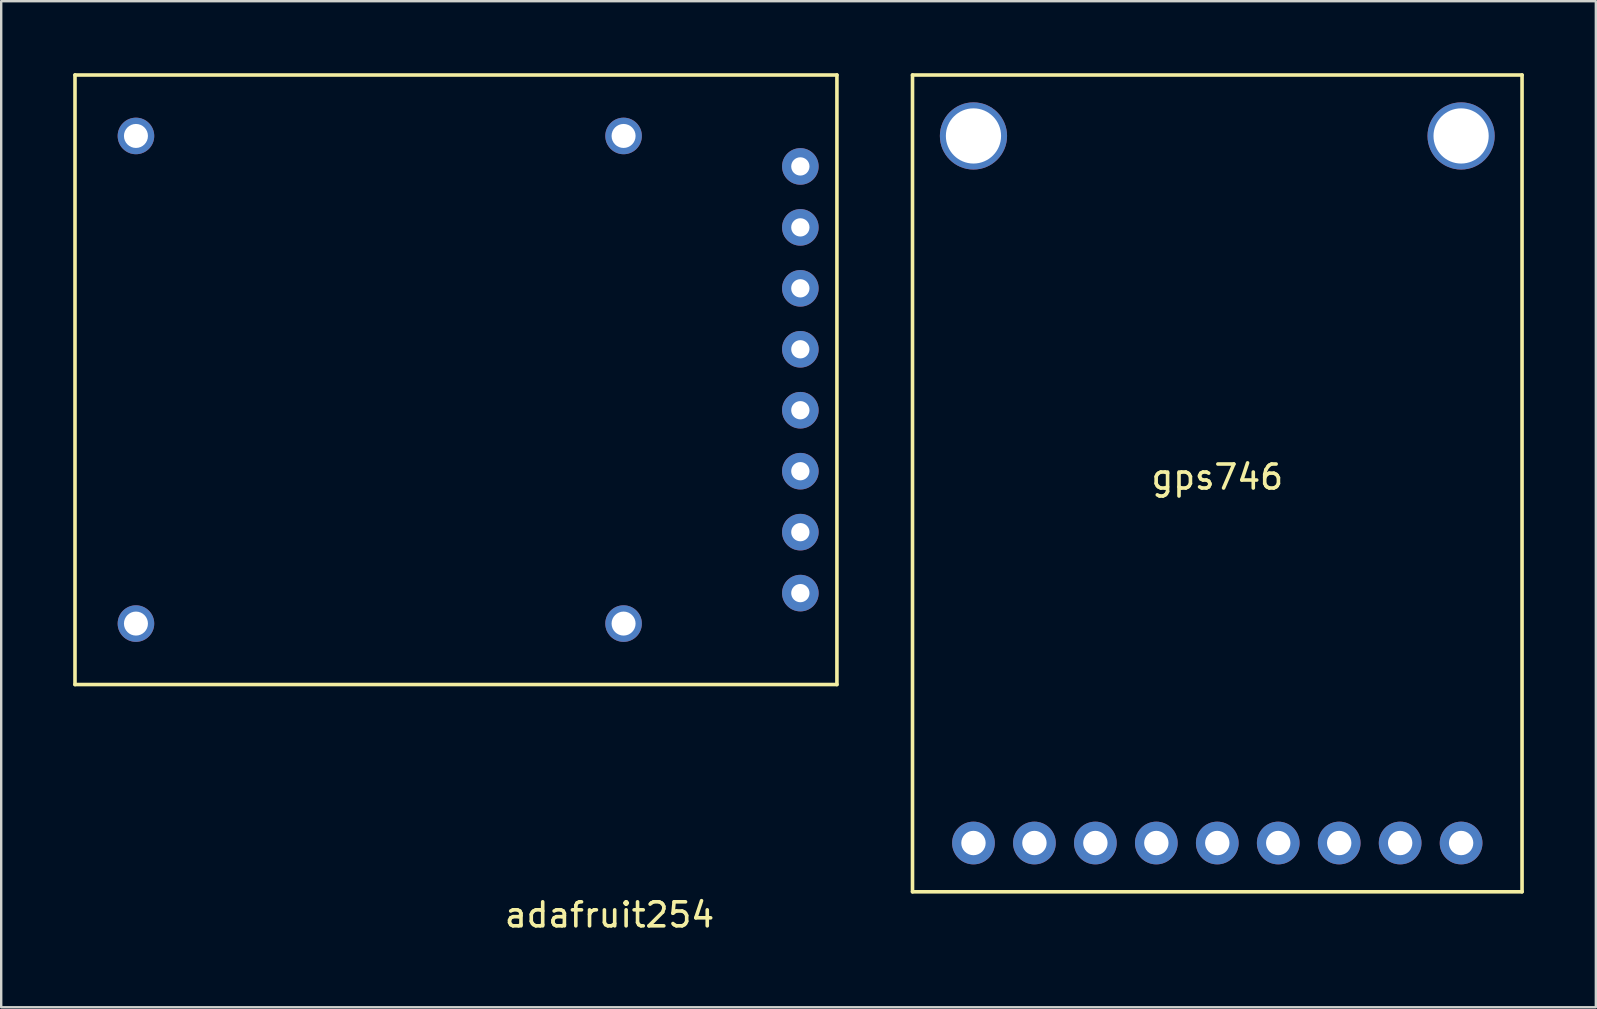
<source format=kicad_pcb>
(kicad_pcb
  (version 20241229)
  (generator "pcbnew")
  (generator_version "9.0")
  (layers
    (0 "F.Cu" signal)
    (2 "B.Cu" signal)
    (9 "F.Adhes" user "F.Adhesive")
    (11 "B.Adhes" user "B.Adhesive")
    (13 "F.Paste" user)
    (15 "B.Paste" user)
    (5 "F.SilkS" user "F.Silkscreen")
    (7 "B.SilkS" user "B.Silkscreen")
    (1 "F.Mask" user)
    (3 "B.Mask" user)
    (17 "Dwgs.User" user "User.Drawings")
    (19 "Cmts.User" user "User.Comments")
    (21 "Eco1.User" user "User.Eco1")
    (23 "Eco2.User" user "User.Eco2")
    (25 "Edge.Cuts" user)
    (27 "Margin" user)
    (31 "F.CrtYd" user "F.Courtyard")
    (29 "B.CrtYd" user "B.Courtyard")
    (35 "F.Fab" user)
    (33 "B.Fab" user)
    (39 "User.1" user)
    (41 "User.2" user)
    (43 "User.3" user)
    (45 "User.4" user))
  (footprint "adafruit254"
    (layer "F.Cu")
    (at 15.95 25.475)
    (property "Reference" "adafruit254" (at 6.4 9.6 0) (layer "F.SilkS") (effects (font (size 1 1) (thickness 0.15))))
    (attr through_hole)
    (fp_line (start -15.875 -25.4) (end -15.875 0) (stroke (width 0.15) (type solid)) (layer "F.SilkS"))
    (fp_line (start -15.875 -25.4) (end 15.875 -25.4) (stroke (width 0.15) (type solid)) (layer "F.SilkS"))
    (fp_line (start -15.875 0) (end 15.875 0) (stroke (width 0.15) (type solid)) (layer "F.SilkS"))
    (fp_line (start 15.875 -25.4) (end 15.875 0) (stroke (width 0.15) (type solid)) (layer "F.SilkS"))
    (pad "" np_thru_hole circle (at -13.335 -22.86) (size 1.524 1.524) (drill 1) (layers "*.Cu" "*.Mask"))
    (pad "" np_thru_hole circle (at -13.335 -2.54) (size 1.524 1.524) (drill 1) (layers "*.Cu" "*.Mask"))
    (pad "" np_thru_hole circle (at 6.985 -22.86) (size 1.524 1.524) (drill 1) (layers "*.Cu" "*.Mask"))
    (pad "" np_thru_hole circle (at 6.985 -2.54) (size 1.524 1.524) (drill 1) (layers "*.Cu" "*.Mask"))
    (pad "1" thru_hole circle (at 14.351 -3.81 90) (size 1.524 1.524) (drill 0.762) (layers "*.Cu" "*.Mask"))
    (pad "2" thru_hole circle (at 14.351 -6.35 90) (size 1.524 1.524) (drill 0.762) (layers "*.Cu" "*.Mask"))
    (pad "3" thru_hole circle (at 14.351 -11.43 90) (size 1.524 1.524) (drill 0.762) (layers "*.Cu" "*.Mask"))
    (pad "4" thru_hole circle (at 14.351 -8.89 90) (size 1.524 1.524) (drill 0.762) (layers "*.Cu" "*.Mask"))
    (pad "5" thru_hole circle (at 14.351 -13.97 90) (size 1.524 1.524) (drill 0.762) (layers "*.Cu" "*.Mask"))
    (pad "6" thru_hole circle (at 14.351 -16.51 90) (size 1.524 1.524) (drill 0.762) (layers "*.Cu" "*.Mask"))
    (pad "7" thru_hole circle (at 14.351 -19.05 90) (size 1.524 1.524) (drill 0.762) (layers "*.Cu" "*.Mask"))
    (pad "8" thru_hole circle (at 14.351 -21.59 90) (size 1.524 1.524) (drill 0.762) (layers "*.Cu" "*.Mask")))
  (footprint "gps746"
    (layer "F.Cu")
    (at 47.675 34.111)
    (property "Reference" "gps746" (at 0 -17.28 0) (layer "F.SilkS") (effects (font (size 1 1) (thickness 0.15))))
    (attr through_hole)
    (fp_line (start -12.7 -34.036) (end 12.7 -34.036) (stroke (width 0.15) (type solid)) (layer "F.SilkS"))
    (fp_line (start -12.7 0) (end -12.7 -34.036) (stroke (width 0.15) (type solid)) (layer "F.SilkS"))
    (fp_line (start -12.7 0) (end 12.7 0) (stroke (width 0.15) (type solid)) (layer "F.SilkS"))
    (fp_line (start 12.7 0) (end 12.7 -34.036) (stroke (width 0.15) (type solid)) (layer "F.SilkS"))
    (pad "" np_thru_hole circle (at -10.16 -31.496) (size 2.8 2.8) (drill 2.3) (layers "*.Cu" "*.Mask"))
    (pad "" np_thru_hole circle (at 10.16 -31.496) (size 2.8 2.8) (drill 2.3) (layers "*.Cu" "*.Mask"))
    (pad "1" thru_hole circle (at -10.16 -2.032) (size 1.78 1.78) (drill 1.016) (layers "*.Cu" "*.Mask"))
    (pad "2" thru_hole circle (at -7.62 -2.032) (size 1.78 1.78) (drill 1.016) (layers "*.Cu" "*.Mask"))
    (pad "3" thru_hole circle (at -5.08 -2.032) (size 1.78 1.78) (drill 1.016) (layers "*.Cu" "*.Mask"))
    (pad "4" thru_hole circle (at -2.54 -2.032) (size 1.78 1.78) (drill 1.016) (layers "*.Cu" "*.Mask"))
    (pad "5" thru_hole circle (at 0 -2.032) (size 1.78 1.78) (drill 1.016) (layers "*.Cu" "*.Mask"))
    (pad "6" thru_hole circle (at 2.54 -2.032) (size 1.78 1.78) (drill 1.016) (layers "*.Cu" "*.Mask"))
    (pad "7" thru_hole circle (at 5.08 -2.032) (size 1.78 1.78) (drill 1.016) (layers "*.Cu" "*.Mask"))
    (pad "8" thru_hole circle (at 7.62 -2.032) (size 1.78 1.78) (drill 1.016) (layers "*.Cu" "*.Mask"))
    (pad "9" thru_hole circle (at 10.16 -2.032) (size 1.78 1.78) (drill 1.016) (layers "*.Cu" "*.Mask")))
  (gr_rect
    (start -3 -3)
    (end 63.45 38.923)
    (stroke (width 0.1) (type default))
    (fill no)
    (layer "Edge.Cuts")))
</source>
